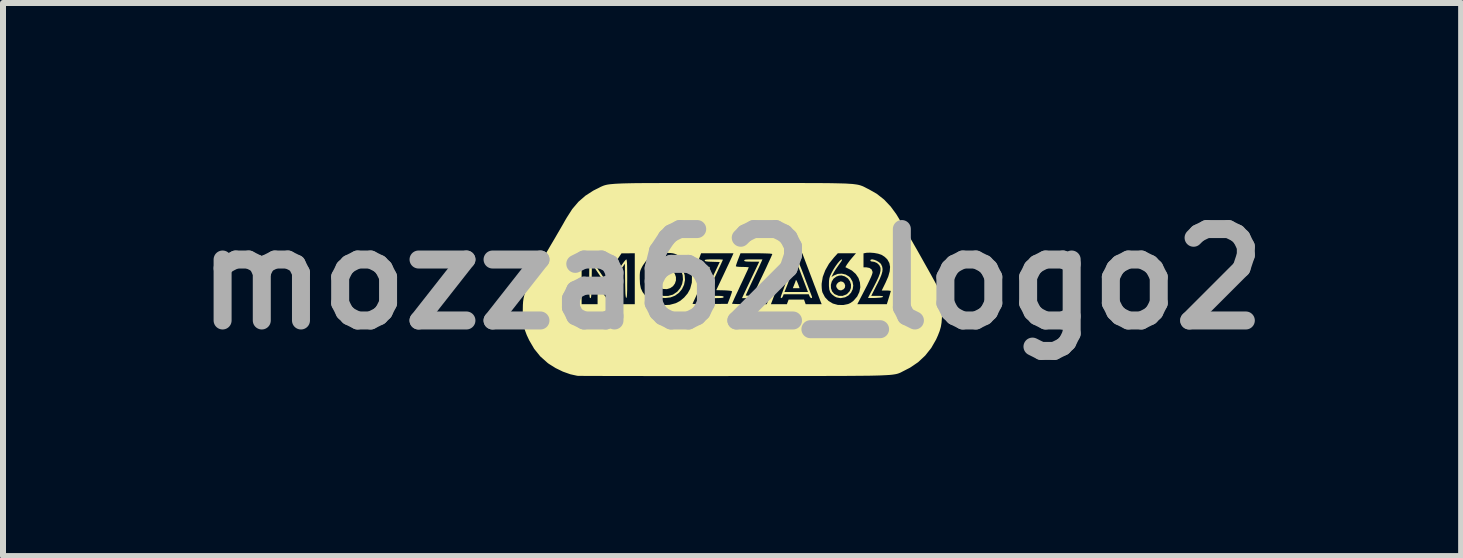
<source format=kicad_pcb>
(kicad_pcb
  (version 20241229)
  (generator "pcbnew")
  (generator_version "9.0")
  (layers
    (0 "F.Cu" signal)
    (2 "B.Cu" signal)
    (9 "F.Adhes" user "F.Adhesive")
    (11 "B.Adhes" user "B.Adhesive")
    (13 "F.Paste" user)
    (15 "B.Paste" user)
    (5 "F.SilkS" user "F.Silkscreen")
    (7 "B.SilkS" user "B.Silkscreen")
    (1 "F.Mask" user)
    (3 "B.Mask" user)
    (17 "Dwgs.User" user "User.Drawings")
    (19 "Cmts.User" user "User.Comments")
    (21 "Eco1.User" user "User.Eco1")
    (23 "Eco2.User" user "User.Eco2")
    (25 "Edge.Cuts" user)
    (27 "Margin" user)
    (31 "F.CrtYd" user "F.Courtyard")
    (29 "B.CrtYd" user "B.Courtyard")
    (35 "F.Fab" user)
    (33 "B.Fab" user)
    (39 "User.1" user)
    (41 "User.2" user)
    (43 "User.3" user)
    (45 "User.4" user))
  (footprint "mozza62_logo2"
    (layer "F.Cu")
    (at 9.151 1.602)
    (property "Reference" "mozza62_logo2" (at 0 0 0) (layer "F.Fab") (effects (font (size 1.524 1.524) (thickness 0.3))))
    (attr board_only exclude_from_pos_files exclude_from_bom)
    (fp_poly (pts (xy 1.079 0.032) (xy 1.093 0.063) (xy 1.108 0.101) (xy 1.126 0.152) (xy 1.013 0.152) (xy 1.038 0.088) (xy 1.053 0.051) (xy 1.062 0.024) (xy 1.064 0.015) (xy 1.068 0.015)) (stroke (width 0) (type solid)) (fill yes) (layer "F.SilkS"))
    (fp_poly (pts (xy 1.851 0.048) (xy 1.875 0.075) (xy 1.886 0.109) (xy 1.88 0.144) (xy 1.858 0.17) (xy 1.818 0.188) (xy 1.782 0.182) (xy 1.76 0.165) (xy 1.741 0.137) (xy 1.735 0.114) (xy 1.746 0.082) (xy 1.773 0.054) (xy 1.807 0.039) (xy 1.815 0.038)) (stroke (width 0) (type solid)) (fill yes) (layer "F.SilkS"))
    (fp_poly (pts (xy -1.052 -0.173) (xy -1.017 -0.156) (xy -0.995 -0.138) (xy -0.954 -0.089) (xy -0.935 -0.034) (xy -0.935 0.022) (xy -0.952 0.073) (xy -0.984 0.118) (xy -1.03 0.15) (xy -1.086 0.167) (xy -1.15 0.164) (xy -1.203 0.141) (xy -1.243 0.102) (xy -1.268 0.052) (xy -1.278 -0.003) (xy -1.271 -0.058) (xy -1.247 -0.109) (xy -1.206 -0.149) (xy -1.191 -0.158) (xy -1.154 -0.17) (xy -1.109 -0.177) (xy -1.096 -0.177)) (stroke (width 0) (type solid)) (fill yes) (layer "F.SilkS"))
    (fp_poly (pts (xy 2.373 -0.321) (xy 2.411 -0.306) (xy 2.447 -0.284) (xy 2.476 -0.259) (xy 2.487 -0.242) (xy 2.503 -0.205) (xy 2.509 -0.167) (xy 2.505 -0.124) (xy 2.49 -0.072) (xy 2.464 -0.008) (xy 2.425 0.073) (xy 2.413 0.095) (xy 2.32 0.279) (xy 2.421 0.279) (xy 2.474 0.28) (xy 2.505 0.283) (xy 2.517 0.29) (xy 2.517 0.294) (xy 2.503 0.303) (xy 2.466 0.309) (xy 2.406 0.313) (xy 2.389 0.314) (xy 2.337 0.315) (xy 2.296 0.315) (xy 2.271 0.314) (xy 2.267 0.313) (xy 2.272 0.301) (xy 2.288 0.27) (xy 2.311 0.225) (xy 2.341 0.169) (xy 2.361 0.131) (xy 2.407 0.04) (xy 2.441 -0.032) (xy 2.463 -0.09) (xy 2.474 -0.137) (xy 2.475 -0.176) (xy 2.473 -0.193) (xy 2.453 -0.234) (xy 2.416 -0.268) (xy 2.371 -0.288) (xy 2.348 -0.291) (xy 2.315 -0.296) (xy 2.305 -0.309) (xy 2.304 -0.31) (xy 2.314 -0.326) (xy 2.339 -0.329)) (stroke (width 0) (type solid)) (fill yes) (layer "F.SilkS"))
    (fp_poly (pts (xy 0.489 -0.288) (xy 0.478 -0.265) (xy 0.459 -0.222) (xy 0.432 -0.165) (xy 0.4 -0.097) (xy 0.364 -0.022) (xy 0.349 0.01) (xy 0.314 0.084) (xy 0.283 0.15) (xy 0.258 0.205) (xy 0.239 0.246) (xy 0.229 0.269) (xy 0.228 0.272) (xy 0.24 0.275) (xy 0.272 0.277) (xy 0.319 0.278) (xy 0.374 0.279) (xy 0.437 0.279) (xy 0.48 0.281) (xy 0.505 0.285) (xy 0.517 0.291) (xy 0.519 0.298) (xy 0.516 0.305) (xy 0.502 0.311) (xy 0.476 0.314) (xy 0.433 0.316) (xy 0.37 0.317) (xy 0.343 0.317) (xy 0.166 0.317) (xy 0.227 0.187) (xy 0.256 0.125) (xy 0.292 0.05) (xy 0.33 -0.031) (xy 0.366 -0.107) (xy 0.371 -0.117) (xy 0.454 -0.291) (xy 0.328 -0.291) (xy 0.27 -0.292) (xy 0.232 -0.294) (xy 0.211 -0.299) (xy 0.203 -0.306) (xy 0.203 -0.31) (xy 0.206 -0.318) (xy 0.22 -0.324) (xy 0.248 -0.327) (xy 0.294 -0.329) (xy 0.355 -0.329) (xy 0.507 -0.329)) (stroke (width 0) (type solid)) (fill yes) (layer "F.SilkS"))
    (fp_poly (pts (xy -0.245 -0.329) (xy -0.197 -0.328) (xy -0.164 -0.326) (xy -0.152 -0.324) (xy -0.152 -0.324) (xy -0.157 -0.312) (xy -0.172 -0.279) (xy -0.194 -0.231) (xy -0.224 -0.168) (xy -0.258 -0.095) (xy -0.291 -0.024) (xy -0.329 0.055) (xy -0.363 0.127) (xy -0.391 0.188) (xy -0.413 0.235) (xy -0.426 0.265) (xy -0.431 0.275) (xy -0.419 0.276) (xy -0.387 0.277) (xy -0.339 0.278) (xy -0.285 0.279) (xy -0.221 0.279) (xy -0.178 0.281) (xy -0.153 0.285) (xy -0.142 0.291) (xy -0.139 0.298) (xy -0.143 0.305) (xy -0.156 0.311) (xy -0.183 0.314) (xy -0.226 0.316) (xy -0.291 0.317) (xy -0.311 0.317) (xy -0.38 0.316) (xy -0.427 0.315) (xy -0.456 0.313) (xy -0.472 0.309) (xy -0.477 0.303) (xy -0.475 0.293) (xy -0.475 0.292) (xy -0.468 0.274) (xy -0.451 0.237) (xy -0.427 0.184) (xy -0.396 0.118) (xy -0.361 0.044) (xy -0.336 -0.008) (xy -0.205 -0.285) (xy -0.331 -0.289) (xy -0.39 -0.291) (xy -0.428 -0.295) (xy -0.448 -0.3) (xy -0.456 -0.309) (xy -0.456 -0.311) (xy -0.452 -0.319) (xy -0.437 -0.324) (xy -0.407 -0.327) (xy -0.36 -0.329) (xy -0.304 -0.329)) (stroke (width 0) (type solid)) (fill yes) (layer "F.SilkS"))
    (fp_poly (pts (xy -1.054 -0.324) (xy -0.979 -0.303) (xy -0.91 -0.263) (xy -0.852 -0.204) (xy -0.818 -0.149) (xy -0.79 -0.067) (xy -0.784 0.015) (xy -0.8 0.094) (xy -0.834 0.166) (xy -0.884 0.227) (xy -0.949 0.275) (xy -1.026 0.305) (xy -1.113 0.315) (xy -1.114 0.315) (xy -1.159 0.312) (xy -1.201 0.304) (xy -1.209 0.301) (xy -1.286 0.261) (xy -1.351 0.201) (xy -1.387 0.15) (xy -1.415 0.078) (xy -1.422 0.029) (xy -1.391 0.029) (xy -1.373 0.104) (xy -1.334 0.172) (xy -1.288 0.219) (xy -1.22 0.259) (xy -1.143 0.28) (xy -1.063 0.28) (xy -0.989 0.26) (xy -0.981 0.256) (xy -0.914 0.211) (xy -0.864 0.151) (xy -0.832 0.082) (xy -0.818 0.008) (xy -0.823 -0.067) (xy -0.848 -0.139) (xy -0.893 -0.202) (xy -0.914 -0.222) (xy -0.971 -0.262) (xy -1.03 -0.283) (xy -1.098 -0.29) (xy -1.129 -0.289) (xy -1.183 -0.284) (xy -1.222 -0.273) (xy -1.259 -0.253) (xy -1.269 -0.246) (xy -1.329 -0.19) (xy -1.369 -0.123) (xy -1.39 -0.048) (xy -1.391 0.029) (xy -1.422 0.029) (xy -1.426 -0.001) (xy -1.42 -0.079) (xy -1.397 -0.146) (xy -1.345 -0.219) (xy -1.282 -0.273) (xy -1.209 -0.309) (xy -1.132 -0.326)) (stroke (width 0) (type solid)) (fill yes) (layer "F.SilkS"))
    (fp_poly (pts (xy 1.08 -0.325) (xy 1.09 -0.316) (xy 1.102 -0.296) (xy 1.117 -0.263) (xy 1.137 -0.215) (xy 1.164 -0.148) (xy 1.195 -0.067) (xy 1.225 0.014) (xy 1.254 0.09) (xy 1.28 0.158) (xy 1.301 0.212) (xy 1.315 0.249) (xy 1.318 0.256) (xy 1.331 0.292) (xy 1.334 0.31) (xy 1.327 0.316) (xy 1.323 0.317) (xy 1.304 0.306) (xy 1.292 0.285) (xy 1.279 0.253) (xy 0.86 0.253) (xy 0.848 0.285) (xy 0.835 0.308) (xy 0.82 0.317) (xy 0.812 0.309) (xy 0.811 0.301) (xy 0.816 0.285) (xy 0.828 0.249) (xy 0.841 0.215) (xy 0.874 0.215) (xy 1.266 0.215) (xy 1.236 0.136) (xy 1.191 0.018) (xy 1.154 -0.079) (xy 1.125 -0.155) (xy 1.102 -0.212) (xy 1.086 -0.252) (xy 1.076 -0.277) (xy 1.07 -0.288) (xy 1.069 -0.288) (xy 1.064 -0.276) (xy 1.051 -0.244) (xy 1.033 -0.197) (xy 1.01 -0.138) (xy 0.996 -0.101) (xy 0.97 -0.031) (xy 0.944 0.036) (xy 0.922 0.094) (xy 0.905 0.137) (xy 0.9 0.149) (xy 0.874 0.215) (xy 0.841 0.215) (xy 0.848 0.196) (xy 0.872 0.13) (xy 0.901 0.053) (xy 0.929 -0.019) (xy 0.966 -0.115) (xy 0.996 -0.19) (xy 1.02 -0.246) (xy 1.038 -0.285) (xy 1.052 -0.31) (xy 1.063 -0.323) (xy 1.07 -0.326)) (stroke (width 0) (type solid)) (fill yes) (layer "F.SilkS"))
    (fp_poly (pts (xy 1.834 -0.32) (xy 1.82 -0.294) (xy 1.789 -0.251) (xy 1.785 -0.245) (xy 1.75 -0.196) (xy 1.716 -0.145) (xy 1.691 -0.102) (xy 1.689 -0.098) (xy 1.657 -0.035) (xy 1.701 -0.062) (xy 1.763 -0.087) (xy 1.829 -0.091) (xy 1.894 -0.076) (xy 1.95 -0.043) (xy 1.974 -0.018) (xy 2.008 0.043) (xy 2.02 0.107) (xy 2.011 0.169) (xy 1.984 0.225) (xy 1.942 0.271) (xy 1.885 0.303) (xy 1.817 0.316) (xy 1.807 0.317) (xy 1.742 0.305) (xy 1.709 0.288) (xy 1.665 0.253) (xy 1.636 0.218) (xy 1.621 0.174) (xy 1.615 0.115) (xy 1.615 0.095) (xy 1.647 0.095) (xy 1.649 0.152) (xy 1.667 0.204) (xy 1.703 0.246) (xy 1.714 0.253) (xy 1.777 0.279) (xy 1.841 0.28) (xy 1.903 0.257) (xy 1.92 0.245) (xy 1.961 0.201) (xy 1.981 0.148) (xy 1.983 0.091) (xy 1.966 0.037) (xy 1.932 -0.011) (xy 1.881 -0.045) (xy 1.879 -0.046) (xy 1.827 -0.061) (xy 1.781 -0.058) (xy 1.738 -0.042) (xy 1.692 -0.008) (xy 1.662 0.04) (xy 1.647 0.095) (xy 1.615 0.095) (xy 1.615 0.084) (xy 1.616 0.029) (xy 1.622 -0.012) (xy 1.633 -0.05) (xy 1.655 -0.095) (xy 1.661 -0.108) (xy 1.693 -0.166) (xy 1.729 -0.221) (xy 1.764 -0.269) (xy 1.796 -0.305) (xy 1.821 -0.326) (xy 1.83 -0.329)) (stroke (width 0) (type solid)) (fill yes) (layer "F.SilkS"))
    (fp_poly (pts (xy -2.352 -0.319) (xy -2.328 -0.291) (xy -2.296 -0.248) (xy -2.256 -0.194) (xy -2.212 -0.131) (xy -2.204 -0.12) (xy -2.062 0.09) (xy -1.92 -0.119) (xy -1.876 -0.183) (xy -1.836 -0.239) (xy -1.803 -0.285) (xy -1.778 -0.315) (xy -1.764 -0.329) (xy -1.763 -0.329) (xy -1.758 -0.323) (xy -1.754 -0.305) (xy -1.751 -0.272) (xy -1.749 -0.221) (xy -1.748 -0.151) (xy -1.747 -0.059) (xy -1.747 -0.005) (xy -1.748 0.098) (xy -1.748 0.177) (xy -1.75 0.236) (xy -1.752 0.277) (xy -1.756 0.302) (xy -1.76 0.313) (xy -1.763 0.313) (xy -1.769 0.305) (xy -1.773 0.282) (xy -1.777 0.242) (xy -1.779 0.184) (xy -1.781 0.104) (xy -1.782 0.025) (xy -1.786 -0.257) (xy -1.919 -0.062) (xy -1.961 -0.001) (xy -1.999 0.053) (xy -2.03 0.096) (xy -2.051 0.125) (xy -2.061 0.136) (xy -2.061 0.136) (xy -2.071 0.126) (xy -2.092 0.099) (xy -2.122 0.058) (xy -2.16 0.005) (xy -2.202 -0.057) (xy -2.203 -0.059) (xy -2.336 -0.256) (xy -2.34 0.03) (xy -2.341 0.124) (xy -2.342 0.196) (xy -2.345 0.247) (xy -2.347 0.282) (xy -2.351 0.304) (xy -2.356 0.314) (xy -2.362 0.317) (xy -2.368 0.314) (xy -2.372 0.303) (xy -2.375 0.281) (xy -2.378 0.247) (xy -2.379 0.196) (xy -2.38 0.127) (xy -2.38 0.036) (xy -2.38 -0.006) (xy -2.38 -0.108) (xy -2.379 -0.187) (xy -2.378 -0.246) (xy -2.376 -0.287) (xy -2.372 -0.313) (xy -2.368 -0.326) (xy -2.364 -0.329)) (stroke (width 0) (type solid)) (fill yes) (layer "F.SilkS"))
    (fp_poly (pts (xy 0.935 -1.602) (xy 1.113 -1.602) (xy 1.272 -1.601) (xy 1.413 -1.601) (xy 1.537 -1.6) (xy 1.646 -1.599) (xy 1.741 -1.597) (xy 1.823 -1.595) (xy 1.893 -1.593) (xy 1.953 -1.589) (xy 2.003 -1.586) (xy 2.045 -1.581) (xy 2.081 -1.576) (xy 2.111 -1.57) (xy 2.137 -1.563) (xy 2.16 -1.555) (xy 2.181 -1.547) (xy 2.202 -1.537) (xy 2.223 -1.526) (xy 2.246 -1.514) (xy 2.272 -1.501) (xy 2.275 -1.5) (xy 2.412 -1.422) (xy 2.534 -1.326) (xy 2.644 -1.21) (xy 2.737 -1.083) (xy 2.756 -1.052) (xy 2.786 -1.002) (xy 2.824 -0.937) (xy 2.87 -0.858) (xy 2.921 -0.769) (xy 2.977 -0.673) (xy 3.035 -0.571) (xy 3.094 -0.468) (xy 3.152 -0.365) (xy 3.208 -0.265) (xy 3.261 -0.171) (xy 3.308 -0.087) (xy 3.349 -0.013) (xy 3.381 0.045) (xy 3.403 0.087) (xy 3.413 0.106) (xy 3.447 0.185) (xy 3.471 0.255) (xy 3.487 0.325) (xy 3.496 0.401) (xy 3.5 0.492) (xy 3.5 0.544) (xy 3.498 0.644) (xy 3.492 0.725) (xy 3.48 0.797) (xy 3.46 0.866) (xy 3.431 0.94) (xy 3.401 1.007) (xy 3.32 1.148) (xy 3.219 1.275) (xy 3.101 1.385) (xy 2.967 1.476) (xy 2.893 1.514) (xy 2.87 1.526) (xy 2.85 1.536) (xy 2.831 1.546) (xy 2.814 1.555) (xy 2.796 1.563) (xy 2.778 1.57) (xy 2.757 1.577) (xy 2.732 1.583) (xy 2.704 1.588) (xy 2.669 1.593) (xy 2.629 1.597) (xy 2.58 1.6) (xy 2.523 1.603) (xy 2.456 1.606) (xy 2.379 1.608) (xy 2.289 1.61) (xy 2.186 1.611) (xy 2.07 1.612) (xy 1.938 1.613) (xy 1.79 1.614) (xy 1.625 1.614) (xy 1.442 1.615) (xy 1.239 1.615) (xy 1.015 1.615) (xy 0.77 1.615) (xy 0.503 1.615) (xy 0.212 1.615) (xy 0.044 1.615) (xy -0.21 1.616) (xy -0.458 1.616) (xy -0.698 1.616) (xy -0.93 1.616) (xy -1.151 1.616) (xy -1.361 1.616) (xy -1.558 1.615) (xy -1.742 1.615) (xy -1.91 1.615) (xy -2.063 1.615) (xy -2.198 1.614) (xy -2.314 1.614) (xy -2.411 1.614) (xy -2.487 1.613) (xy -2.54 1.613) (xy -2.571 1.612) (xy -2.577 1.612) (xy -2.695 1.586) (xy -2.819 1.542) (xy -2.94 1.483) (xy -3.051 1.414) (xy -3.075 1.396) (xy -3.196 1.288) (xy -3.297 1.163) (xy -3.38 1.021) (xy -3.381 1.019) (xy -3.421 0.934) (xy -3.449 0.86) (xy -3.469 0.791) (xy -3.48 0.719) (xy -3.486 0.636) (xy -3.488 0.544) (xy -3.487 0.481) (xy -3.486 0.425) (xy -3.485 0.418) (xy -2.507 0.418) (xy -2.241 0.418) (xy -2.241 0.272) (xy -2.24 0.215) (xy -2.238 0.168) (xy -2.235 0.137) (xy -2.232 0.127) (xy -2.221 0.137) (xy -2.2 0.164) (xy -2.172 0.203) (xy -2.147 0.241) (xy -2.115 0.287) (xy -2.089 0.324) (xy -2.07 0.348) (xy -2.063 0.355) (xy -2.053 0.345) (xy -2.032 0.318) (xy -2.004 0.279) (xy -1.974 0.237) (xy -1.893 0.12) (xy -1.889 0.269) (xy -1.886 0.418) (xy -1.621 0.418) (xy -1.621 -0.013) (xy -1.538 -0.013) (xy -1.538 -0.006) (xy -1.534 0.082) (xy -1.52 0.153) (xy -1.492 0.214) (xy -1.449 0.272) (xy -1.419 0.304) (xy -1.336 0.371) (xy -1.244 0.414) (xy -1.145 0.433) (xy -1.041 0.429) (xy -0.98 0.413) (xy -0.658 0.413) (xy -0.646 0.414) (xy -0.612 0.415) (xy -0.56 0.416) (xy -0.493 0.416) (xy -0.415 0.415) (xy -0.366 0.415) (xy -0.074 0.412) (xy -0.073 0.41) (xy 0 0.41) (xy 0.012 0.412) (xy 0.046 0.414) (xy 0.098 0.416) (xy 0.165 0.417) (xy 0.243 0.418) (xy 0.289 0.418) (xy 0.578 0.418) (xy 0.648 0.418) (xy 0.914 0.418) (xy 0.943 0.342) (xy 1.2 0.342) (xy 1.227 0.418) (xy 1.494 0.418) (xy 1.47 0.358) (xy 1.46 0.331) (xy 1.442 0.284) (xy 1.418 0.22) (xy 1.389 0.143) (xy 1.372 0.1) (xy 1.493 0.1) (xy 1.495 0.15) (xy 1.5 0.195) (xy 1.507 0.222) (xy 1.549 0.302) (xy 1.608 0.364) (xy 1.68 0.407) (xy 1.763 0.43) (xy 1.854 0.432) (xy 1.923 0.418) (xy 2.088 0.418) (xy 2.58 0.418) (xy 2.613 0.312) (xy 2.628 0.263) (xy 2.639 0.224) (xy 2.646 0.201) (xy 2.646 0.198) (xy 2.635 0.194) (xy 2.605 0.191) (xy 2.571 0.19) (xy 2.495 0.19) (xy 2.56 0.057) (xy 2.604 -0.044) (xy 2.628 -0.13) (xy 2.634 -0.204) (xy 2.622 -0.268) (xy 2.591 -0.324) (xy 2.579 -0.338) (xy 2.543 -0.372) (xy 2.5 -0.4) (xy 2.488 -0.406) (xy 2.434 -0.424) (xy 2.368 -0.436) (xy 2.3 -0.441) (xy 2.243 -0.439) (xy 2.236 -0.438) (xy 2.191 -0.429) (xy 2.191 -0.196) (xy 2.24 -0.196) (xy 2.291 -0.186) (xy 2.326 -0.161) (xy 2.342 -0.121) (xy 2.342 -0.11) (xy 2.336 -0.085) (xy 2.319 -0.04) (xy 2.29 0.023) (xy 2.253 0.1) (xy 2.215 0.173) (xy 2.088 0.418) (xy 1.923 0.418) (xy 1.936 0.415) (xy 1.971 0.399) (xy 2.011 0.372) (xy 2.028 0.357) (xy 2.086 0.29) (xy 2.122 0.215) (xy 2.138 0.136) (xy 2.132 0.056) (xy 2.107 -0.019) (xy 2.062 -0.086) (xy 1.999 -0.142) (xy 1.963 -0.162) (xy 1.889 -0.199) (xy 1.914 -0.242) (xy 1.936 -0.273) (xy 1.967 -0.315) (xy 2.002 -0.357) (xy 2.003 -0.358) (xy 2.066 -0.431) (xy 1.763 -0.431) (xy 1.699 -0.361) (xy 1.616 -0.257) (xy 1.554 -0.148) (xy 1.512 -0.037) (xy 1.494 0.072) (xy 1.493 0.1) (xy 1.372 0.1) (xy 1.356 0.057) (xy 1.321 -0.036) (xy 1.309 -0.067) (xy 1.171 -0.431) (xy 1.07 -0.428) (xy 0.969 -0.424) (xy 0.933 -0.329) (xy 0.918 -0.292) (xy 0.896 -0.234) (xy 0.869 -0.162) (xy 0.837 -0.08) (xy 0.803 0.01) (xy 0.772 0.092) (xy 0.648 0.418) (xy 0.578 0.418) (xy 0.618 0.316) (xy 0.637 0.268) (xy 0.65 0.229) (xy 0.658 0.206) (xy 0.658 0.202) (xy 0.647 0.197) (xy 0.614 0.193) (xy 0.567 0.191) (xy 0.525 0.19) (xy 0.471 0.19) (xy 0.427 0.189) (xy 0.4 0.187) (xy 0.393 0.186) (xy 0.398 0.174) (xy 0.412 0.142) (xy 0.435 0.093) (xy 0.464 0.031) (xy 0.499 -0.042) (xy 0.532 -0.112) (xy 0.57 -0.192) (xy 0.603 -0.265) (xy 0.632 -0.327) (xy 0.654 -0.376) (xy 0.667 -0.407) (xy 0.671 -0.418) (xy 0.659 -0.422) (xy 0.623 -0.426) (xy 0.567 -0.428) (xy 0.492 -0.43) (xy 0.406 -0.431) (xy 0.141 -0.431) (xy 0.102 -0.33) (xy 0.084 -0.282) (xy 0.071 -0.243) (xy 0.064 -0.219) (xy 0.063 -0.216) (xy 0.075 -0.209) (xy 0.109 -0.205) (xy 0.161 -0.203) (xy 0.171 -0.203) (xy 0.22 -0.202) (xy 0.257 -0.2) (xy 0.277 -0.197) (xy 0.279 -0.196) (xy 0.273 -0.183) (xy 0.259 -0.15) (xy 0.236 -0.101) (xy 0.207 -0.038) (xy 0.173 0.035) (xy 0.139 0.106) (xy 0.102 0.187) (xy 0.068 0.259) (xy 0.039 0.321) (xy 0.018 0.369) (xy 0.004 0.399) (xy 0 0.41) (xy -0.073 0.41) (xy -0.037 0.317) (xy -0.02 0.27) (xy -0.007 0.232) (xy -0.00033 0.209) (xy -0.000046 0.206) (xy -0.009 0.198) (xy -0.039 0.193) (xy -0.09 0.189) (xy -0.132 0.187) (xy -0.263 0.184) (xy -0.137 -0.082) (xy -0.1 -0.161) (xy -0.066 -0.233) (xy -0.036 -0.297) (xy -0.013 -0.347) (xy 0.002 -0.38) (xy 0.006 -0.389) (xy 0.024 -0.431) (xy -0.516 -0.431) (xy -0.555 -0.325) (xy -0.573 -0.278) (xy -0.587 -0.239) (xy -0.594 -0.215) (xy -0.595 -0.211) (xy -0.583 -0.208) (xy -0.552 -0.204) (xy -0.507 -0.203) (xy -0.482 -0.203) (xy -0.37 -0.203) (xy -0.514 0.102) (xy -0.552 0.183) (xy -0.587 0.257) (xy -0.616 0.32) (xy -0.639 0.368) (xy -0.653 0.4) (xy -0.658 0.413) (xy -0.98 0.413) (xy -0.937 0.401) (xy -0.866 0.364) (xy -0.799 0.308) (xy -0.741 0.24) (xy -0.7 0.166) (xy -0.697 0.158) (xy -0.67 0.058) (xy -0.668 -0.043) (xy -0.688 -0.14) (xy -0.728 -0.231) (xy -0.788 -0.31) (xy -0.866 -0.376) (xy -0.918 -0.406) (xy -0.952 -0.421) (xy -0.985 -0.43) (xy -1.025 -0.435) (xy -1.079 -0.437) (xy -1.108 -0.437) (xy -1.169 -0.436) (xy -1.212 -0.433) (xy -1.245 -0.426) (xy -1.276 -0.414) (xy -1.301 -0.402) (xy -1.377 -0.355) (xy -1.435 -0.301) (xy -1.483 -0.233) (xy -1.495 -0.213) (xy -1.515 -0.174) (xy -1.528 -0.143) (xy -1.535 -0.111) (xy -1.538 -0.07) (xy -1.538 -0.013) (xy -1.621 -0.013) (xy -1.621 -0.431) (xy -1.732 -0.43) (xy -1.842 -0.43) (xy -1.949 -0.272) (xy -1.987 -0.217) (xy -2.02 -0.17) (xy -2.045 -0.136) (xy -2.06 -0.117) (xy -2.063 -0.114) (xy -2.072 -0.124) (xy -2.093 -0.152) (xy -2.122 -0.193) (xy -2.158 -0.245) (xy -2.177 -0.273) (xy -2.284 -0.431) (xy -2.507 -0.431) (xy -2.507 0.418) (xy -3.485 0.418) (xy -3.482 0.373) (xy -3.475 0.323) (xy -3.464 0.274) (xy -3.448 0.221) (xy -3.426 0.165) (xy -3.397 0.101) (xy -3.36 0.028) (xy -3.315 -0.057) (xy -3.259 -0.155) (xy -3.194 -0.269) (xy -3.117 -0.402) (xy -3.074 -0.476) (xy -3.015 -0.577) (xy -2.957 -0.675) (xy -2.903 -0.768) (xy -2.854 -0.852) (xy -2.812 -0.925) (xy -2.78 -0.982) (xy -2.757 -1.021) (xy -2.754 -1.026) (xy -2.663 -1.168) (xy -2.56 -1.289) (xy -2.444 -1.39) (xy -2.312 -1.475) (xy -2.261 -1.501) (xy -2.234 -1.514) (xy -2.211 -1.526) (xy -2.19 -1.537) (xy -2.17 -1.546) (xy -2.149 -1.555) (xy -2.126 -1.563) (xy -2.1 -1.57) (xy -2.071 -1.576) (xy -2.035 -1.581) (xy -1.993 -1.585) (xy -1.944 -1.589) (xy -1.885 -1.592) (xy -1.815 -1.595) (xy -1.734 -1.597) (xy -1.641 -1.599) (xy -1.533 -1.6) (xy -1.41 -1.601) (xy -1.27 -1.601) (xy -1.112 -1.602) (xy -0.936 -1.602) (xy -0.739 -1.602) (xy -0.52 -1.602) (xy -0.279 -1.602) (xy -0.014 -1.602) (xy 0.006 -1.602) (xy 0.273 -1.602) (xy 0.516 -1.602) (xy 0.736 -1.602)) (stroke (width 0) (type solid)) (fill yes) (layer "F.SilkS")))
  (gr_rect
    (start -3 -3)
    (end 21.303 6.218)
    (stroke (width 0.1) (type default))
    (fill no)
    (layer "Edge.Cuts")))
</source>
